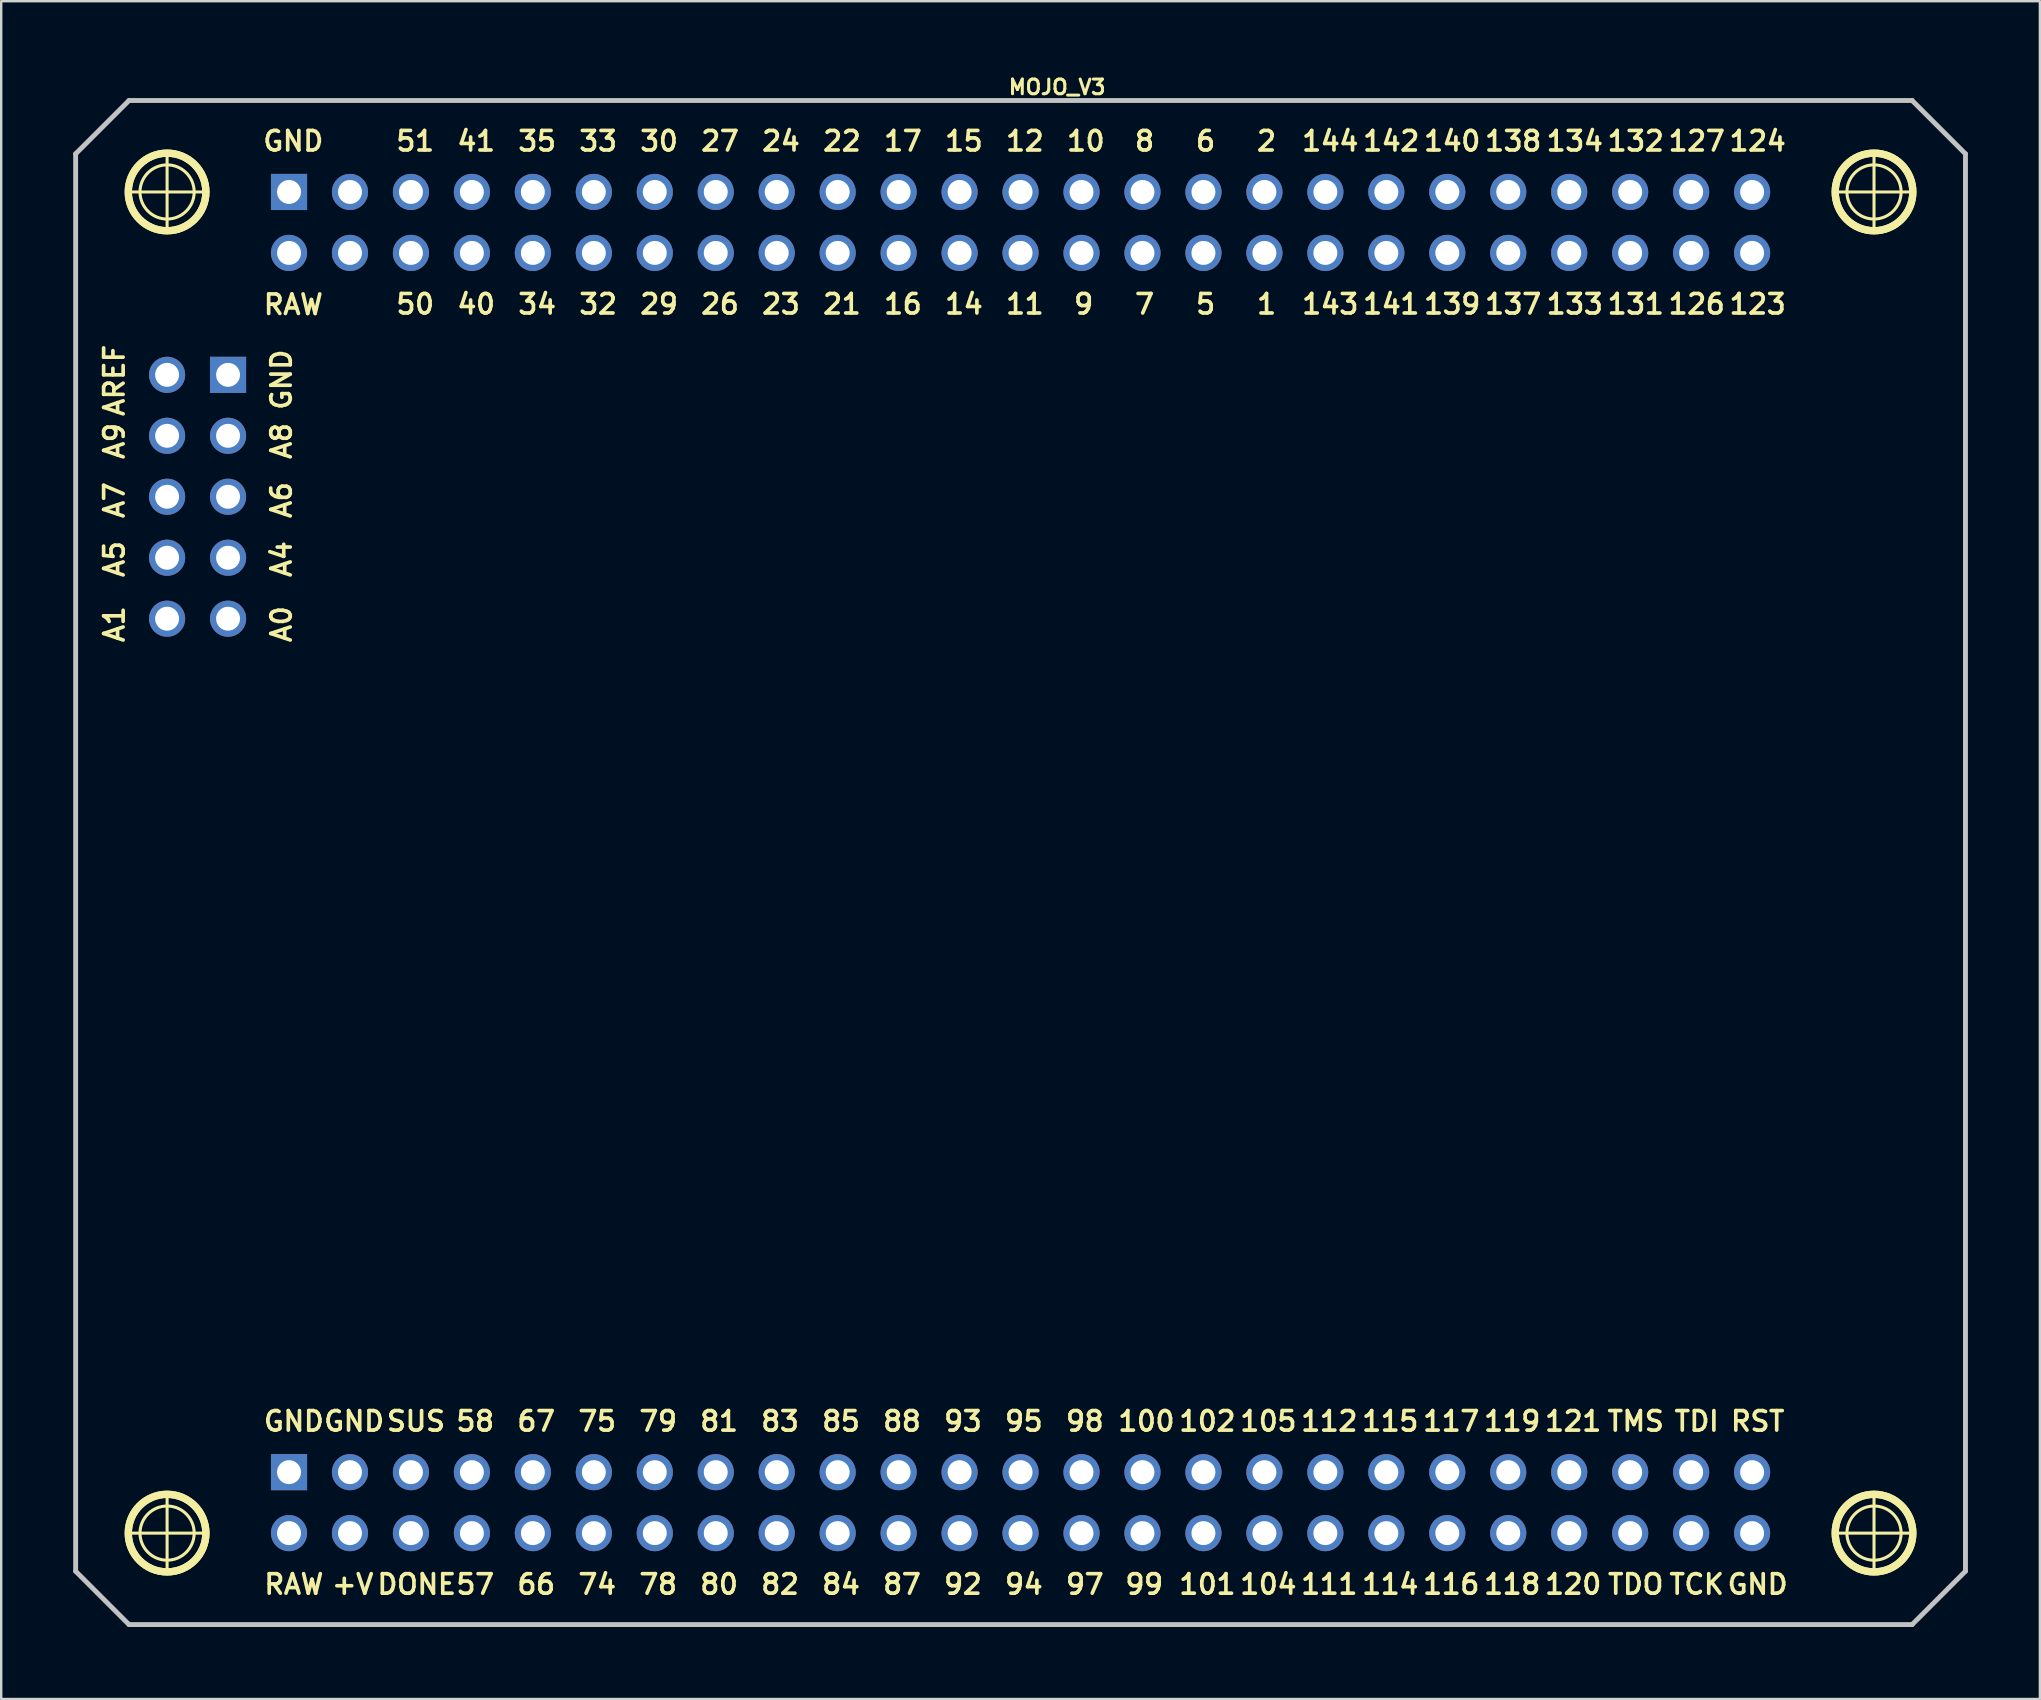
<source format=kicad_pcb>
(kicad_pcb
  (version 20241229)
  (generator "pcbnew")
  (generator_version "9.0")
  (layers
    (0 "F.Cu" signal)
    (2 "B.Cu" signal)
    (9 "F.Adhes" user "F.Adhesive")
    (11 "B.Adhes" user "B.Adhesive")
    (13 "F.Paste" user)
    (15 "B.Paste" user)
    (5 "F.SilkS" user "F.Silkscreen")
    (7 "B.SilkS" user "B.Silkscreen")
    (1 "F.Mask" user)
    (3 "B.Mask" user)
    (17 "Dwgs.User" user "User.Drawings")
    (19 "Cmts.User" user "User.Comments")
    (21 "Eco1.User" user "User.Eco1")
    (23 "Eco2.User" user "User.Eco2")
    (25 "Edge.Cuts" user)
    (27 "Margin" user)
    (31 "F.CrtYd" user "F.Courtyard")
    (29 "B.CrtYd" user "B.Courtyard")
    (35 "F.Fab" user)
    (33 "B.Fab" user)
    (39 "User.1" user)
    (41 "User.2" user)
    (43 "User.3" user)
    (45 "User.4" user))
  (footprint "MOJO_V3"
    (layer "F.Cu")
    (at 39.472 31.618)
    (property "Reference" "MOJO_V3" (at 1.524 -31.039 0) (layer "F.SilkS") (effects (font (size 0.61 0.61) (thickness 0.127))))
    (attr exclude_from_pos_files exclude_from_bom)
    (fp_line (start -37.158 -26.67) (end -33.96 -26.67) (stroke (width 0.127) (type solid)) (layer "F.SilkS"))
    (fp_line (start -37.158 29.21) (end -33.96 29.21) (stroke (width 0.127) (type solid)) (layer "F.SilkS"))
    (fp_line (start -35.56 -25.07) (end -35.56 -28.268) (stroke (width 0.127) (type solid)) (layer "F.SilkS"))
    (fp_line (start -35.56 30.808) (end -35.56 27.61) (stroke (width 0.127) (type solid)) (layer "F.SilkS"))
    (fp_line (start 33.96 -26.67) (end 37.158 -26.67) (stroke (width 0.127) (type solid)) (layer "F.SilkS"))
    (fp_line (start 33.96 29.21) (end 37.158 29.21) (stroke (width 0.127) (type solid)) (layer "F.SilkS"))
    (fp_line (start 35.56 -25.07) (end 35.56 -28.268) (stroke (width 0.127) (type solid)) (layer "F.SilkS"))
    (fp_line (start 35.56 30.808) (end 35.56 27.61) (stroke (width 0.127) (type solid)) (layer "F.SilkS"))
    (fp_circle (center -35.56 -26.67) (end -36.703 -27.813) (stroke (width 0.305) (type solid)) (fill no) (layer "F.SilkS"))
    (fp_circle (center -35.56 -26.67) (end -36.703 -27.813) (stroke (width 0.305) (type solid)) (fill no) (layer "F.SilkS"))
    (fp_circle (center -35.56 -26.67) (end -36.358 -27.468) (stroke (width 0.127) (type solid)) (fill no) (layer "F.SilkS"))
    (fp_circle (center -35.56 29.21) (end -36.703 30.353) (stroke (width 0.305) (type solid)) (fill no) (layer "F.SilkS"))
    (fp_circle (center -35.56 29.21) (end -36.703 30.353) (stroke (width 0.305) (type solid)) (fill no) (layer "F.SilkS"))
    (fp_circle (center -35.56 29.21) (end -36.358 30.008) (stroke (width 0.127) (type solid)) (fill no) (layer "F.SilkS"))
    (fp_circle (center 35.56 -26.67) (end 36.358 -27.468) (stroke (width 0.127) (type solid)) (fill no) (layer "F.SilkS"))
    (fp_circle (center 35.56 -26.67) (end 36.703 -27.813) (stroke (width 0.305) (type solid)) (fill no) (layer "F.SilkS"))
    (fp_circle (center 35.56 -26.67) (end 36.703 -27.813) (stroke (width 0.305) (type solid)) (fill no) (layer "F.SilkS"))
    (fp_circle (center 35.56 29.21) (end 36.358 30.008) (stroke (width 0.127) (type solid)) (fill no) (layer "F.SilkS"))
    (fp_circle (center 35.56 29.21) (end 36.703 30.353) (stroke (width 0.305) (type solid)) (fill no) (layer "F.SilkS"))
    (fp_circle (center 35.56 29.21) (end 36.703 30.353) (stroke (width 0.305) (type solid)) (fill no) (layer "F.SilkS"))
    (fp_line (start -39.37 -28.258) (end -39.37 30.797) (stroke (width 0.203) (type solid)) (layer "Dwgs.User"))
    (fp_line (start -39.37 30.797) (end -37.148 33.02) (stroke (width 0.203) (type solid)) (layer "Dwgs.User"))
    (fp_line (start -37.148 -30.48) (end -39.37 -28.258) (stroke (width 0.203) (type solid)) (layer "Dwgs.User"))
    (fp_line (start -37.148 33.02) (end 37.148 33.02) (stroke (width 0.203) (type solid)) (layer "Dwgs.User"))
    (fp_line (start 37.148 -30.48) (end -37.148 -30.48) (stroke (width 0.203) (type solid)) (layer "Dwgs.User"))
    (fp_line (start 37.148 33.02) (end 39.37 30.797) (stroke (width 0.203) (type solid)) (layer "Dwgs.User"))
    (fp_line (start 39.37 -28.258) (end 37.148 -30.48) (stroke (width 0.203) (type solid)) (layer "Dwgs.User"))
    (fp_line (start 39.37 30.797) (end 39.37 -28.258) (stroke (width 0.203) (type solid)) (layer "Dwgs.User"))
    (fp_text user "57" (at -22.72 31.344 0) (layer "F.SilkS") (effects (font (size 0.813 0.813) (thickness 0.152))))
    (fp_text user "95" (at 0.137 24.549 0) (layer "F.SilkS") (effects (font (size 0.813 0.813) (thickness 0.152))))
    (fp_text user "101" (at 7.783 31.344 0) (layer "F.SilkS") (effects (font (size 0.813 0.813) (thickness 0.152))))
    (fp_text user "33" (at -17.6 -28.788 0) (layer "F.SilkS") (effects (font (size 0.813 0.813) (thickness 0.152))))
    (fp_text user "79" (at -15.1 24.549 0) (layer "F.SilkS") (effects (font (size 0.813 0.813) (thickness 0.152))))
    (fp_text user "GND" (at -30.277 24.549 0) (layer "F.SilkS") (effects (font (size 0.813 0.813) (thickness 0.152))))
    (fp_text user "116" (at 17.943 31.344 0) (layer "F.SilkS") (effects (font (size 0.813 0.813) (thickness 0.152))))
    (fp_text user "8" (at 5.166 -28.788 0) (layer "F.SilkS") (effects (font (size 0.813 0.813) (thickness 0.152))))
    (fp_text user "14" (at -2.362 -21.996 0) (layer "F.SilkS") (effects (font (size 0.813 0.813) (thickness 0.152))))
    (fp_text user "142" (at 15.443 -28.788 0) (layer "F.SilkS") (effects (font (size 0.813 0.813) (thickness 0.152))))
    (fp_text user "40" (at -22.682 -21.996 0) (layer "F.SilkS") (effects (font (size 0.813 0.813) (thickness 0.152))))
    (fp_text user "80" (at -12.56 31.344 0) (layer "F.SilkS") (effects (font (size 0.813 0.813) (thickness 0.152))))
    (fp_text user "GND" (at -30.302 -28.788 0) (layer "F.SilkS") (effects (font (size 0.813 0.813) (thickness 0.152))))
    (fp_text user "83" (at -10.02 24.549 0) (layer "F.SilkS") (effects (font (size 0.813 0.813) (thickness 0.152))))
    (fp_text user "GND" (at -30.797 -18.849 270) (layer "F.SilkS") (effects (font (size 0.813 0.813) (thickness 0.152))))
    (fp_text user "137" (at 20.523 -21.996 0) (layer "F.SilkS") (effects (font (size 0.813 0.813) (thickness 0.152))))
    (fp_text user "66" (at -20.18 31.344 0) (layer "F.SilkS") (effects (font (size 0.813 0.813) (thickness 0.152))))
    (fp_text user "9" (at 2.629 -21.996 0) (layer "F.SilkS") (effects (font (size 0.813 0.813) (thickness 0.152))))
    (fp_text user "11" (at 0.178 -21.996 0) (layer "F.SilkS") (effects (font (size 0.813 0.813) (thickness 0.152))))
    (fp_text user "123" (at 30.711 -21.996 0) (layer "F.SilkS") (effects (font (size 0.813 0.813) (thickness 0.152))))
    (fp_text user "111" (at 12.863 31.344 0) (layer "F.SilkS") (effects (font (size 0.813 0.813) (thickness 0.152))))
    (fp_text user "TCK" (at 28.171 31.344 0) (layer "F.SilkS") (effects (font (size 0.813 0.813) (thickness 0.152))))
    (fp_text user "DONE" (at -25.159 31.344 0) (layer "F.SilkS") (effects (font (size 0.813 0.813) (thickness 0.152))))
    (fp_text user "99" (at 5.154 31.344 0) (layer "F.SilkS") (effects (font (size 0.813 0.813) (thickness 0.152))))
    (fp_text user "67" (at -20.18 24.549 0) (layer "F.SilkS") (effects (font (size 0.813 0.813) (thickness 0.152))))
    (fp_text user "139" (at 17.983 -21.996 0) (layer "F.SilkS") (effects (font (size 0.813 0.813) (thickness 0.152))))
    (fp_text user "126" (at 28.171 -21.996 0) (layer "F.SilkS") (effects (font (size 0.813 0.813) (thickness 0.152))))
    (fp_text user "81" (at -12.56 24.549 0) (layer "F.SilkS") (effects (font (size 0.813 0.813) (thickness 0.152))))
    (fp_text user "12" (at 0.178 -28.788 0) (layer "F.SilkS") (effects (font (size 0.813 0.813) (thickness 0.152))))
    (fp_text user "GND" (at -27.767 24.549 0) (layer "F.SilkS") (effects (font (size 0.813 0.813) (thickness 0.152))))
    (fp_text user "134" (at 23.091 -28.788 0) (layer "F.SilkS") (effects (font (size 0.813 0.813) (thickness 0.152))))
    (fp_text user "85" (at -7.48 24.549 0) (layer "F.SilkS") (effects (font (size 0.813 0.813) (thickness 0.152))))
    (fp_text user "75" (at -17.64 24.549 0) (layer "F.SilkS") (effects (font (size 0.813 0.813) (thickness 0.152))))
    (fp_text user "SUS" (at -25.189 24.549 0) (layer "F.SilkS") (effects (font (size 0.813 0.813) (thickness 0.152))))
    (fp_text user "92" (at -2.4 31.344 0) (layer "F.SilkS") (effects (font (size 0.813 0.813) (thickness 0.152))))
    (fp_text user "124" (at 30.711 -28.788 0) (layer "F.SilkS") (effects (font (size 0.813 0.813) (thickness 0.152))))
    (fp_text user "119" (at 20.483 24.549 0) (layer "F.SilkS") (effects (font (size 0.813 0.813) (thickness 0.152))))
    (fp_text user "15" (at -2.362 -28.788 0) (layer "F.SilkS") (effects (font (size 0.813 0.813) (thickness 0.152))))
    (fp_text user "23" (at -9.982 -21.996 0) (layer "F.SilkS") (effects (font (size 0.813 0.813) (thickness 0.152))))
    (fp_text user "16" (at -4.902 -21.996 0) (layer "F.SilkS") (effects (font (size 0.813 0.813) (thickness 0.152))))
    (fp_text user "132" (at 25.631 -28.788 0) (layer "F.SilkS") (effects (font (size 0.813 0.813) (thickness 0.152))))
    (fp_text user "133" (at 23.091 -21.996 0) (layer "F.SilkS") (effects (font (size 0.813 0.813) (thickness 0.152))))
    (fp_text user "143" (at 12.903 -21.996 0) (layer "F.SilkS") (effects (font (size 0.813 0.813) (thickness 0.152))))
    (fp_text user "5" (at 7.709 -21.996 0) (layer "F.SilkS") (effects (font (size 0.813 0.813) (thickness 0.152))))
    (fp_text user "26" (at -12.522 -21.996 0) (layer "F.SilkS") (effects (font (size 0.813 0.813) (thickness 0.152))))
    (fp_text user "A9" (at -37.76 -16.292 270) (layer "F.SilkS") (effects (font (size 0.813 0.813) (thickness 0.152))))
    (fp_text user "115" (at 15.403 24.549 0) (layer "F.SilkS") (effects (font (size 0.813 0.813) (thickness 0.152))))
    (fp_text user "141" (at 15.443 -21.996 0) (layer "F.SilkS") (effects (font (size 0.813 0.813) (thickness 0.152))))
    (fp_text user "93" (at -2.4 24.549 0) (layer "F.SilkS") (effects (font (size 0.813 0.813) (thickness 0.152))))
    (fp_text user "131" (at 25.631 -21.996 0) (layer "F.SilkS") (effects (font (size 0.813 0.813) (thickness 0.152))))
    (fp_text user "87" (at -4.94 31.344 0) (layer "F.SilkS") (effects (font (size 0.813 0.813) (thickness 0.152))))
    (fp_text user "127" (at 28.171 -28.788 0) (layer "F.SilkS") (effects (font (size 0.813 0.813) (thickness 0.152))))
    (fp_text user "TDI" (at 28.171 24.549 0) (layer "F.SilkS") (effects (font (size 0.813 0.813) (thickness 0.152))))
    (fp_text user "94" (at 0.137 31.344 0) (layer "F.SilkS") (effects (font (size 0.813 0.813) (thickness 0.152))))
    (fp_text user "A6" (at -30.797 -13.83 270) (layer "F.SilkS") (effects (font (size 0.813 0.813) (thickness 0.152))))
    (fp_text user "6" (at 7.709 -28.788 0) (layer "F.SilkS") (effects (font (size 0.813 0.813) (thickness 0.152))))
    (fp_text user "120" (at 23.023 31.344 0) (layer "F.SilkS") (effects (font (size 0.813 0.813) (thickness 0.152))))
    (fp_text user "51" (at -25.222 -28.788 0) (layer "F.SilkS") (effects (font (size 0.813 0.813) (thickness 0.152))))
    (fp_text user "GND" (at 30.711 31.344 0) (layer "F.SilkS") (effects (font (size 0.813 0.813) (thickness 0.152))))
    (fp_text user "21" (at -7.442 -21.996 0) (layer "F.SilkS") (effects (font (size 0.813 0.813) (thickness 0.152))))
    (fp_text user "34" (at -20.142 -21.996 0) (layer "F.SilkS") (effects (font (size 0.813 0.813) (thickness 0.152))))
    (fp_text user "22" (at -7.442 -28.788 0) (layer "F.SilkS") (effects (font (size 0.813 0.813) (thickness 0.152))))
    (fp_text user "117" (at 17.943 24.549 0) (layer "F.SilkS") (effects (font (size 0.813 0.813) (thickness 0.152))))
    (fp_text user "35" (at -20.142 -28.788 0) (layer "F.SilkS") (effects (font (size 0.813 0.813) (thickness 0.152))))
    (fp_text user "144" (at 12.903 -28.788 0) (layer "F.SilkS") (effects (font (size 0.813 0.813) (thickness 0.152))))
    (fp_text user "AREF" (at -37.76 -18.819 270) (layer "F.SilkS") (effects (font (size 0.813 0.813) (thickness 0.152))))
    (fp_text user "104" (at 10.323 31.344 0) (layer "F.SilkS") (effects (font (size 0.813 0.813) (thickness 0.152))))
    (fp_text user "A8" (at -30.797 -16.292 270) (layer "F.SilkS") (effects (font (size 0.813 0.813) (thickness 0.152))))
    (fp_text user "TMS" (at 25.631 24.549 0) (layer "F.SilkS") (effects (font (size 0.813 0.813) (thickness 0.152))))
    (fp_text user "+V" (at -27.828 31.344 0) (layer "F.SilkS") (effects (font (size 0.813 0.813) (thickness 0.152))))
    (fp_text user "105" (at 10.323 24.549 0) (layer "F.SilkS") (effects (font (size 0.813 0.813) (thickness 0.152))))
    (fp_text user "TDO" (at 25.631 31.344 0) (layer "F.SilkS") (effects (font (size 0.813 0.813) (thickness 0.152))))
    (fp_text user "41" (at -22.682 -28.788 0) (layer "F.SilkS") (effects (font (size 0.813 0.813) (thickness 0.152))))
    (fp_text user "84" (at -7.48 31.344 0) (layer "F.SilkS") (effects (font (size 0.813 0.813) (thickness 0.152))))
    (fp_text user "30" (at -15.062 -28.788 0) (layer "F.SilkS") (effects (font (size 0.813 0.813) (thickness 0.152))))
    (fp_text user "RST" (at 30.711 24.549 0) (layer "F.SilkS") (effects (font (size 0.813 0.813) (thickness 0.152))))
    (fp_text user "1" (at 10.249 -21.996 0) (layer "F.SilkS") (effects (font (size 0.813 0.813) (thickness 0.152))))
    (fp_text user "74" (at -17.64 31.344 0) (layer "F.SilkS") (effects (font (size 0.813 0.813) (thickness 0.152))))
    (fp_text user "10" (at 2.718 -28.788 0) (layer "F.SilkS") (effects (font (size 0.813 0.813) (thickness 0.152))))
    (fp_text user "50" (at -25.222 -21.996 0) (layer "F.SilkS") (effects (font (size 0.813 0.813) (thickness 0.152))))
    (fp_text user "A1" (at -37.76 -8.661 270) (layer "F.SilkS") (effects (font (size 0.813 0.813) (thickness 0.152))))
    (fp_text user "A4" (at -30.797 -11.372 270) (layer "F.SilkS") (effects (font (size 0.813 0.813) (thickness 0.152))))
    (fp_text user "29" (at -15.062 -21.996 0) (layer "F.SilkS") (effects (font (size 0.813 0.813) (thickness 0.152))))
    (fp_text user "138" (at 20.523 -28.788 0) (layer "F.SilkS") (effects (font (size 0.813 0.813) (thickness 0.152))))
    (fp_text user "100" (at 5.243 24.549 0) (layer "F.SilkS") (effects (font (size 0.813 0.813) (thickness 0.152))))
    (fp_text user "78" (at -15.1 31.344 0) (layer "F.SilkS") (effects (font (size 0.813 0.813) (thickness 0.152))))
    (fp_text user "32" (at -17.6 -21.996 0) (layer "F.SilkS") (effects (font (size 0.813 0.813) (thickness 0.152))))
    (fp_text user "27" (at -12.522 -28.788 0) (layer "F.SilkS") (effects (font (size 0.813 0.813) (thickness 0.152))))
    (fp_text user "114" (at 15.403 31.344 0) (layer "F.SilkS") (effects (font (size 0.813 0.813) (thickness 0.152))))
    (fp_text user "7" (at 5.166 -21.996 0) (layer "F.SilkS") (effects (font (size 0.813 0.813) (thickness 0.152))))
    (fp_text user "A7" (at -37.76 -13.83 270) (layer "F.SilkS") (effects (font (size 0.813 0.813) (thickness 0.152))))
    (fp_text user "RAW" (at -30.279 31.344 0) (layer "F.SilkS") (effects (font (size 0.813 0.813) (thickness 0.152))))
    (fp_text user "17" (at -4.902 -28.788 0) (layer "F.SilkS") (effects (font (size 0.813 0.813) (thickness 0.152))))
    (fp_text user "112" (at 12.863 24.549 0) (layer "F.SilkS") (effects (font (size 0.813 0.813) (thickness 0.152))))
    (fp_text user "121" (at 23.023 24.549 0) (layer "F.SilkS") (effects (font (size 0.813 0.813) (thickness 0.152))))
    (fp_text user "88" (at -4.94 24.549 0) (layer "F.SilkS") (effects (font (size 0.813 0.813) (thickness 0.152))))
    (fp_text user "RAW" (at -30.302 -21.976 0) (layer "F.SilkS") (effects (font (size 0.813 0.813) (thickness 0.152))))
    (fp_text user "A0" (at -30.797 -8.661 270) (layer "F.SilkS") (effects (font (size 0.813 0.813) (thickness 0.152))))
    (fp_text user "A5" (at -37.76 -11.372 270) (layer "F.SilkS") (effects (font (size 0.813 0.813) (thickness 0.152))))
    (fp_text user "82" (at -10.02 31.344 0) (layer "F.SilkS") (effects (font (size 0.813 0.813) (thickness 0.152))))
    (fp_text user "97" (at 2.677 31.344 0) (layer "F.SilkS") (effects (font (size 0.813 0.813) (thickness 0.152))))
    (fp_text user "58" (at -22.72 24.549 0) (layer "F.SilkS") (effects (font (size 0.813 0.813) (thickness 0.152))))
    (fp_text user "98" (at 2.677 24.549 0) (layer "F.SilkS") (effects (font (size 0.813 0.813) (thickness 0.152))))
    (fp_text user "118" (at 20.483 31.344 0) (layer "F.SilkS") (effects (font (size 0.813 0.813) (thickness 0.152))))
    (fp_text user "140" (at 17.983 -28.788 0) (layer "F.SilkS") (effects (font (size 0.813 0.813) (thickness 0.152))))
    (fp_text user "2" (at 10.249 -28.788 0) (layer "F.SilkS") (effects (font (size 0.813 0.813) (thickness 0.152))))
    (fp_text user "102" (at 7.783 24.549 0) (layer "F.SilkS") (effects (font (size 0.813 0.813) (thickness 0.152))))
    (fp_text user "24" (at -9.982 -28.788 0) (layer "F.SilkS") (effects (font (size 0.813 0.813) (thickness 0.152))))
    (pad "1" thru_hole circle (at 10.16 -24.13) (size 1.506 1.506) (drill 0.998) (layers "*.Cu" "*.Paste" "*.Mask"))
    (pad "2" thru_hole circle (at 10.16 -26.67) (size 1.506 1.506) (drill 0.998) (layers "*.Cu" "*.Paste" "*.Mask"))
    (pad "5" thru_hole circle (at 7.62 -24.13) (size 1.506 1.506) (drill 0.998) (layers "*.Cu" "*.Paste" "*.Mask"))
    (pad "6" thru_hole circle (at 7.62 -26.67) (size 1.506 1.506) (drill 0.998) (layers "*.Cu" "*.Paste" "*.Mask"))
    (pad "7" thru_hole circle (at 5.08 -24.13) (size 1.506 1.506) (drill 0.998) (layers "*.Cu" "*.Paste" "*.Mask"))
    (pad "8" thru_hole circle (at 5.08 -26.67) (size 1.506 1.506) (drill 0.998) (layers "*.Cu" "*.Paste" "*.Mask"))
    (pad "9" thru_hole circle (at 2.54 -24.13) (size 1.506 1.506) (drill 0.998) (layers "*.Cu" "*.Paste" "*.Mask"))
    (pad "10" thru_hole circle (at 2.54 -26.67) (size 1.506 1.506) (drill 0.998) (layers "*.Cu" "*.Paste" "*.Mask"))
    (pad "11" thru_hole circle (at 0 -24.13) (size 1.506 1.506) (drill 0.998) (layers "*.Cu" "*.Paste" "*.Mask"))
    (pad "12" thru_hole circle (at 0 -26.67) (size 1.506 1.506) (drill 0.998) (layers "*.Cu" "*.Paste" "*.Mask"))
    (pad "14" thru_hole circle (at -2.54 -24.13) (size 1.506 1.506) (drill 0.998) (layers "*.Cu" "*.Paste" "*.Mask"))
    (pad "15" thru_hole circle (at -2.54 -26.67) (size 1.506 1.506) (drill 0.998) (layers "*.Cu" "*.Paste" "*.Mask"))
    (pad "16" thru_hole circle (at -5.08 -24.13) (size 1.506 1.506) (drill 0.998) (layers "*.Cu" "*.Paste" "*.Mask"))
    (pad "17" thru_hole circle (at -5.08 -26.67) (size 1.506 1.506) (drill 0.998) (layers "*.Cu" "*.Paste" "*.Mask"))
    (pad "21" thru_hole circle (at -7.62 -24.13) (size 1.506 1.506) (drill 0.998) (layers "*.Cu" "*.Paste" "*.Mask"))
    (pad "22" thru_hole circle (at -7.62 -26.67) (size 1.506 1.506) (drill 0.998) (layers "*.Cu" "*.Paste" "*.Mask"))
    (pad "23" thru_hole circle (at -10.16 -24.13) (size 1.506 1.506) (drill 0.998) (layers "*.Cu" "*.Paste" "*.Mask"))
    (pad "24" thru_hole circle (at -10.16 -26.67) (size 1.506 1.506) (drill 0.998) (layers "*.Cu" "*.Paste" "*.Mask"))
    (pad "26" thru_hole circle (at -12.7 -24.13) (size 1.506 1.506) (drill 0.998) (layers "*.Cu" "*.Paste" "*.Mask"))
    (pad "27" thru_hole circle (at -12.7 -26.67) (size 1.506 1.506) (drill 0.998) (layers "*.Cu" "*.Paste" "*.Mask"))
    (pad "29" thru_hole circle (at -15.24 -24.13) (size 1.506 1.506) (drill 0.998) (layers "*.Cu" "*.Paste" "*.Mask"))
    (pad "30" thru_hole circle (at -15.24 -26.67) (size 1.506 1.506) (drill 0.998) (layers "*.Cu" "*.Paste" "*.Mask"))
    (pad "32" thru_hole circle (at -17.78 -24.13) (size 1.506 1.506) (drill 0.998) (layers "*.Cu" "*.Paste" "*.Mask"))
    (pad "33" thru_hole circle (at -17.78 -26.67) (size 1.506 1.506) (drill 0.998) (layers "*.Cu" "*.Paste" "*.Mask"))
    (pad "34" thru_hole circle (at -20.32 -24.13) (size 1.506 1.506) (drill 0.998) (layers "*.Cu" "*.Paste" "*.Mask"))
    (pad "35" thru_hole circle (at -20.32 -26.67) (size 1.506 1.506) (drill 0.998) (layers "*.Cu" "*.Paste" "*.Mask"))
    (pad "40" thru_hole circle (at -22.86 -24.13) (size 1.506 1.506) (drill 0.998) (layers "*.Cu" "*.Paste" "*.Mask"))
    (pad "41" thru_hole circle (at -22.86 -26.67) (size 1.506 1.506) (drill 0.998) (layers "*.Cu" "*.Paste" "*.Mask"))
    (pad "50" thru_hole circle (at -25.4 -24.13) (size 1.506 1.506) (drill 0.998) (layers "*.Cu" "*.Paste" "*.Mask"))
    (pad "51" thru_hole circle (at -25.4 -26.67) (size 1.506 1.506) (drill 0.998) (layers "*.Cu" "*.Paste" "*.Mask"))
    (pad "57" thru_hole circle (at -22.86 29.21) (size 1.506 1.506) (drill 0.998) (layers "*.Cu" "*.Paste" "*.Mask"))
    (pad "58" thru_hole circle (at -22.86 26.67) (size 1.506 1.506) (drill 0.998) (layers "*.Cu" "*.Paste" "*.Mask"))
    (pad "66" thru_hole circle (at -20.32 29.21) (size 1.506 1.506) (drill 0.998) (layers "*.Cu" "*.Paste" "*.Mask"))
    (pad "67" thru_hole circle (at -20.32 26.67) (size 1.506 1.506) (drill 0.998) (layers "*.Cu" "*.Paste" "*.Mask"))
    (pad "74" thru_hole circle (at -17.78 29.21) (size 1.506 1.506) (drill 0.998) (layers "*.Cu" "*.Paste" "*.Mask"))
    (pad "75" thru_hole circle (at -17.78 26.67) (size 1.506 1.506) (drill 0.998) (layers "*.Cu" "*.Paste" "*.Mask"))
    (pad "78" thru_hole circle (at -15.24 29.21) (size 1.506 1.506) (drill 0.998) (layers "*.Cu" "*.Paste" "*.Mask"))
    (pad "79" thru_hole circle (at -15.24 26.67) (size 1.506 1.506) (drill 0.998) (layers "*.Cu" "*.Paste" "*.Mask"))
    (pad "80" thru_hole circle (at -12.7 29.21) (size 1.506 1.506) (drill 0.998) (layers "*.Cu" "*.Paste" "*.Mask"))
    (pad "81" thru_hole circle (at -12.7 26.67) (size 1.506 1.506) (drill 0.998) (layers "*.Cu" "*.Paste" "*.Mask"))
    (pad "82" thru_hole circle (at -10.16 29.21) (size 1.506 1.506) (drill 0.998) (layers "*.Cu" "*.Paste" "*.Mask"))
    (pad "83" thru_hole circle (at -10.16 26.67) (size 1.506 1.506) (drill 0.998) (layers "*.Cu" "*.Paste" "*.Mask"))
    (pad "84" thru_hole circle (at -7.62 29.21) (size 1.506 1.506) (drill 0.998) (layers "*.Cu" "*.Paste" "*.Mask"))
    (pad "85" thru_hole circle (at -7.62 26.67) (size 1.506 1.506) (drill 0.998) (layers "*.Cu" "*.Paste" "*.Mask"))
    (pad "87" thru_hole circle (at -5.08 29.21) (size 1.506 1.506) (drill 0.998) (layers "*.Cu" "*.Paste" "*.Mask"))
    (pad "88" thru_hole circle (at -5.08 26.67) (size 1.506 1.506) (drill 0.998) (layers "*.Cu" "*.Paste" "*.Mask"))
    (pad "92" thru_hole circle (at -2.54 29.21) (size 1.506 1.506) (drill 0.998) (layers "*.Cu" "*.Paste" "*.Mask"))
    (pad "93" thru_hole circle (at -2.54 26.67) (size 1.506 1.506) (drill 0.998) (layers "*.Cu" "*.Paste" "*.Mask"))
    (pad "94" thru_hole circle (at 0 29.21) (size 1.506 1.506) (drill 0.998) (layers "*.Cu" "*.Paste" "*.Mask"))
    (pad "95" thru_hole circle (at 0 26.67) (size 1.506 1.506) (drill 0.998) (layers "*.Cu" "*.Paste" "*.Mask"))
    (pad "97" thru_hole circle (at 2.54 29.21) (size 1.506 1.506) (drill 0.998) (layers "*.Cu" "*.Paste" "*.Mask"))
    (pad "98" thru_hole circle (at 2.54 26.67) (size 1.506 1.506) (drill 0.998) (layers "*.Cu" "*.Paste" "*.Mask"))
    (pad "99" thru_hole circle (at 5.08 29.21) (size 1.506 1.506) (drill 0.998) (layers "*.Cu" "*.Paste" "*.Mask"))
    (pad "100" thru_hole circle (at 5.08 26.67) (size 1.506 1.506) (drill 0.998) (layers "*.Cu" "*.Paste" "*.Mask"))
    (pad "101" thru_hole circle (at 7.62 29.21) (size 1.506 1.506) (drill 0.998) (layers "*.Cu" "*.Paste" "*.Mask"))
    (pad "102" thru_hole circle (at 7.62 26.67) (size 1.506 1.506) (drill 0.998) (layers "*.Cu" "*.Paste" "*.Mask"))
    (pad "104" thru_hole circle (at 10.16 29.21) (size 1.506 1.506) (drill 0.998) (layers "*.Cu" "*.Paste" "*.Mask"))
    (pad "105" thru_hole circle (at 10.16 26.67) (size 1.506 1.506) (drill 0.998) (layers "*.Cu" "*.Paste" "*.Mask"))
    (pad "111" thru_hole circle (at 12.7 29.21) (size 1.506 1.506) (drill 0.998) (layers "*.Cu" "*.Paste" "*.Mask"))
    (pad "112" thru_hole circle (at 12.7 26.67) (size 1.506 1.506) (drill 0.998) (layers "*.Cu" "*.Paste" "*.Mask"))
    (pad "114" thru_hole circle (at 15.24 29.21) (size 1.506 1.506) (drill 0.998) (layers "*.Cu" "*.Paste" "*.Mask"))
    (pad "115" thru_hole circle (at 15.24 26.67) (size 1.506 1.506) (drill 0.998) (layers "*.Cu" "*.Paste" "*.Mask"))
    (pad "116" thru_hole circle (at 17.78 29.21) (size 1.506 1.506) (drill 0.998) (layers "*.Cu" "*.Paste" "*.Mask"))
    (pad "117" thru_hole circle (at 17.78 26.67) (size 1.506 1.506) (drill 0.998) (layers "*.Cu" "*.Paste" "*.Mask"))
    (pad "118" thru_hole circle (at 20.32 29.21) (size 1.506 1.506) (drill 0.998) (layers "*.Cu" "*.Paste" "*.Mask"))
    (pad "119" thru_hole circle (at 20.32 26.67) (size 1.506 1.506) (drill 0.998) (layers "*.Cu" "*.Paste" "*.Mask"))
    (pad "120" thru_hole circle (at 22.86 29.21) (size 1.506 1.506) (drill 0.998) (layers "*.Cu" "*.Paste" "*.Mask"))
    (pad "121" thru_hole circle (at 22.86 26.67) (size 1.506 1.506) (drill 0.998) (layers "*.Cu" "*.Paste" "*.Mask"))
    (pad "123" thru_hole circle (at 30.48 -24.13) (size 1.506 1.506) (drill 0.998) (layers "*.Cu" "*.Paste" "*.Mask"))
    (pad "124" thru_hole circle (at 30.48 -26.67) (size 1.506 1.506) (drill 0.998) (layers "*.Cu" "*.Paste" "*.Mask"))
    (pad "126" thru_hole circle (at 27.94 -24.13) (size 1.506 1.506) (drill 0.998) (layers "*.Cu" "*.Paste" "*.Mask"))
    (pad "127" thru_hole circle (at 27.94 -26.67) (size 1.506 1.506) (drill 0.998) (layers "*.Cu" "*.Paste" "*.Mask"))
    (pad "131" thru_hole circle (at 25.4 -24.13) (size 1.506 1.506) (drill 0.998) (layers "*.Cu" "*.Paste" "*.Mask"))
    (pad "132" thru_hole circle (at 25.4 -26.67) (size 1.506 1.506) (drill 0.998) (layers "*.Cu" "*.Paste" "*.Mask"))
    (pad "133" thru_hole circle (at 22.86 -24.13) (size 1.506 1.506) (drill 0.998) (layers "*.Cu" "*.Paste" "*.Mask"))
    (pad "134" thru_hole circle (at 22.86 -26.67) (size 1.506 1.506) (drill 0.998) (layers "*.Cu" "*.Paste" "*.Mask"))
    (pad "137" thru_hole circle (at 20.32 -24.13) (size 1.506 1.506) (drill 0.998) (layers "*.Cu" "*.Paste" "*.Mask"))
    (pad "138" thru_hole circle (at 20.32 -26.67) (size 1.506 1.506) (drill 0.998) (layers "*.Cu" "*.Paste" "*.Mask"))
    (pad "139" thru_hole circle (at 17.78 -24.13) (size 1.506 1.506) (drill 0.998) (layers "*.Cu" "*.Paste" "*.Mask"))
    (pad "140" thru_hole circle (at 17.78 -26.67) (size 1.506 1.506) (drill 0.998) (layers "*.Cu" "*.Paste" "*.Mask"))
    (pad "141" thru_hole circle (at 15.24 -24.13) (size 1.506 1.506) (drill 0.998) (layers "*.Cu" "*.Paste" "*.Mask"))
    (pad "142" thru_hole circle (at 15.24 -26.67) (size 1.506 1.506) (drill 0.998) (layers "*.Cu" "*.Paste" "*.Mask"))
    (pad "143" thru_hole circle (at 12.7 -24.13) (size 1.506 1.506) (drill 0.998) (layers "*.Cu" "*.Paste" "*.Mask"))
    (pad "144" thru_hole circle (at 12.7 -26.67) (size 1.506 1.506) (drill 0.998) (layers "*.Cu" "*.Paste" "*.Mask"))
    (pad "A0" thru_hole circle (at -33.02 -8.89) (size 1.506 1.506) (drill 0.998) (layers "*.Cu" "*.Paste" "*.Mask"))
    (pad "A1" thru_hole circle (at -35.56 -8.89) (size 1.506 1.506) (drill 0.998) (layers "*.Cu" "*.Paste" "*.Mask"))
    (pad "A4" thru_hole circle (at -33.02 -11.43) (size 1.506 1.506) (drill 0.998) (layers "*.Cu" "*.Paste" "*.Mask"))
    (pad "A5" thru_hole circle (at -35.56 -11.43) (size 1.506 1.506) (drill 0.998) (layers "*.Cu" "*.Paste" "*.Mask"))
    (pad "A6" thru_hole circle (at -33.02 -13.97) (size 1.506 1.506) (drill 0.998) (layers "*.Cu" "*.Paste" "*.Mask"))
    (pad "A7" thru_hole circle (at -35.56 -13.97) (size 1.506 1.506) (drill 0.998) (layers "*.Cu" "*.Paste" "*.Mask"))
    (pad "A8" thru_hole circle (at -33.02 -16.51) (size 1.506 1.506) (drill 0.998) (layers "*.Cu" "*.Paste" "*.Mask"))
    (pad "A9" thru_hole circle (at -35.56 -16.51) (size 1.506 1.506) (drill 0.998) (layers "*.Cu" "*.Paste" "*.Mask"))
    (pad "AREF" thru_hole circle (at -35.56 -19.05) (size 1.506 1.506) (drill 0.998) (layers "*.Cu" "*.Paste" "*.Mask"))
    (pad "DONE" thru_hole circle (at -25.4 29.21) (size 1.506 1.506) (drill 0.998) (layers "*.Cu" "*.Paste" "*.Mask"))
    (pad "GND@" thru_hole rect (at -33.02 -19.05) (size 1.506 1.506) (drill 0.998) (layers "*.Cu" "*.Paste" "*.Mask"))
    (pad "GND@" thru_hole rect (at -30.48 -26.67) (size 1.506 1.506) (drill 0.998) (layers "*.Cu" "*.Paste" "*.Mask"))
    (pad "GND@" thru_hole rect (at -30.48 26.67) (size 1.506 1.506) (drill 0.998) (layers "*.Cu" "*.Paste" "*.Mask"))
    (pad "GND@" thru_hole circle (at -27.94 -26.67) (size 1.506 1.506) (drill 0.998) (layers "*.Cu" "*.Paste" "*.Mask"))
    (pad "GND@" thru_hole circle (at -27.94 26.67) (size 1.506 1.506) (drill 0.998) (layers "*.Cu" "*.Paste" "*.Mask"))
    (pad "GND@" thru_hole circle (at 30.48 29.21) (size 1.506 1.506) (drill 0.998) (layers "*.Cu" "*.Paste" "*.Mask"))
    (pad "RAW@" thru_hole circle (at -30.48 -24.13) (size 1.506 1.506) (drill 0.998) (layers "*.Cu" "*.Paste" "*.Mask"))
    (pad "RAW@" thru_hole circle (at -30.48 29.21) (size 1.506 1.506) (drill 0.998) (layers "*.Cu" "*.Paste" "*.Mask"))
    (pad "RST" thru_hole circle (at 30.48 26.67) (size 1.506 1.506) (drill 0.998) (layers "*.Cu" "*.Paste" "*.Mask"))
    (pad "SUS" thru_hole circle (at -25.4 26.67) (size 1.506 1.506) (drill 0.998) (layers "*.Cu" "*.Paste" "*.Mask"))
    (pad "TCK" thru_hole circle (at 27.94 29.21) (size 1.506 1.506) (drill 0.998) (layers "*.Cu" "*.Paste" "*.Mask"))
    (pad "TDI" thru_hole circle (at 27.94 26.67) (size 1.506 1.506) (drill 0.998) (layers "*.Cu" "*.Paste" "*.Mask"))
    (pad "TDO" thru_hole circle (at 25.4 29.21) (size 1.506 1.506) (drill 0.998) (layers "*.Cu" "*.Paste" "*.Mask"))
    (pad "TMS" thru_hole circle (at 25.4 26.67) (size 1.506 1.506) (drill 0.998) (layers "*.Cu" "*.Paste" "*.Mask"))
    (pad "V@1" thru_hole circle (at -27.94 -24.13) (size 1.506 1.506) (drill 0.998) (layers "*.Cu" "*.Paste" "*.Mask"))
    (pad "V@2" thru_hole circle (at -27.94 29.21) (size 1.506 1.506) (drill 0.998) (layers "*.Cu" "*.Paste" "*.Mask")))
  (gr_rect
    (start -3 -3)
    (end 81.943 67.74)
    (stroke (width 0.1) (type default))
    (fill no)
    (layer "Edge.Cuts")))
</source>
